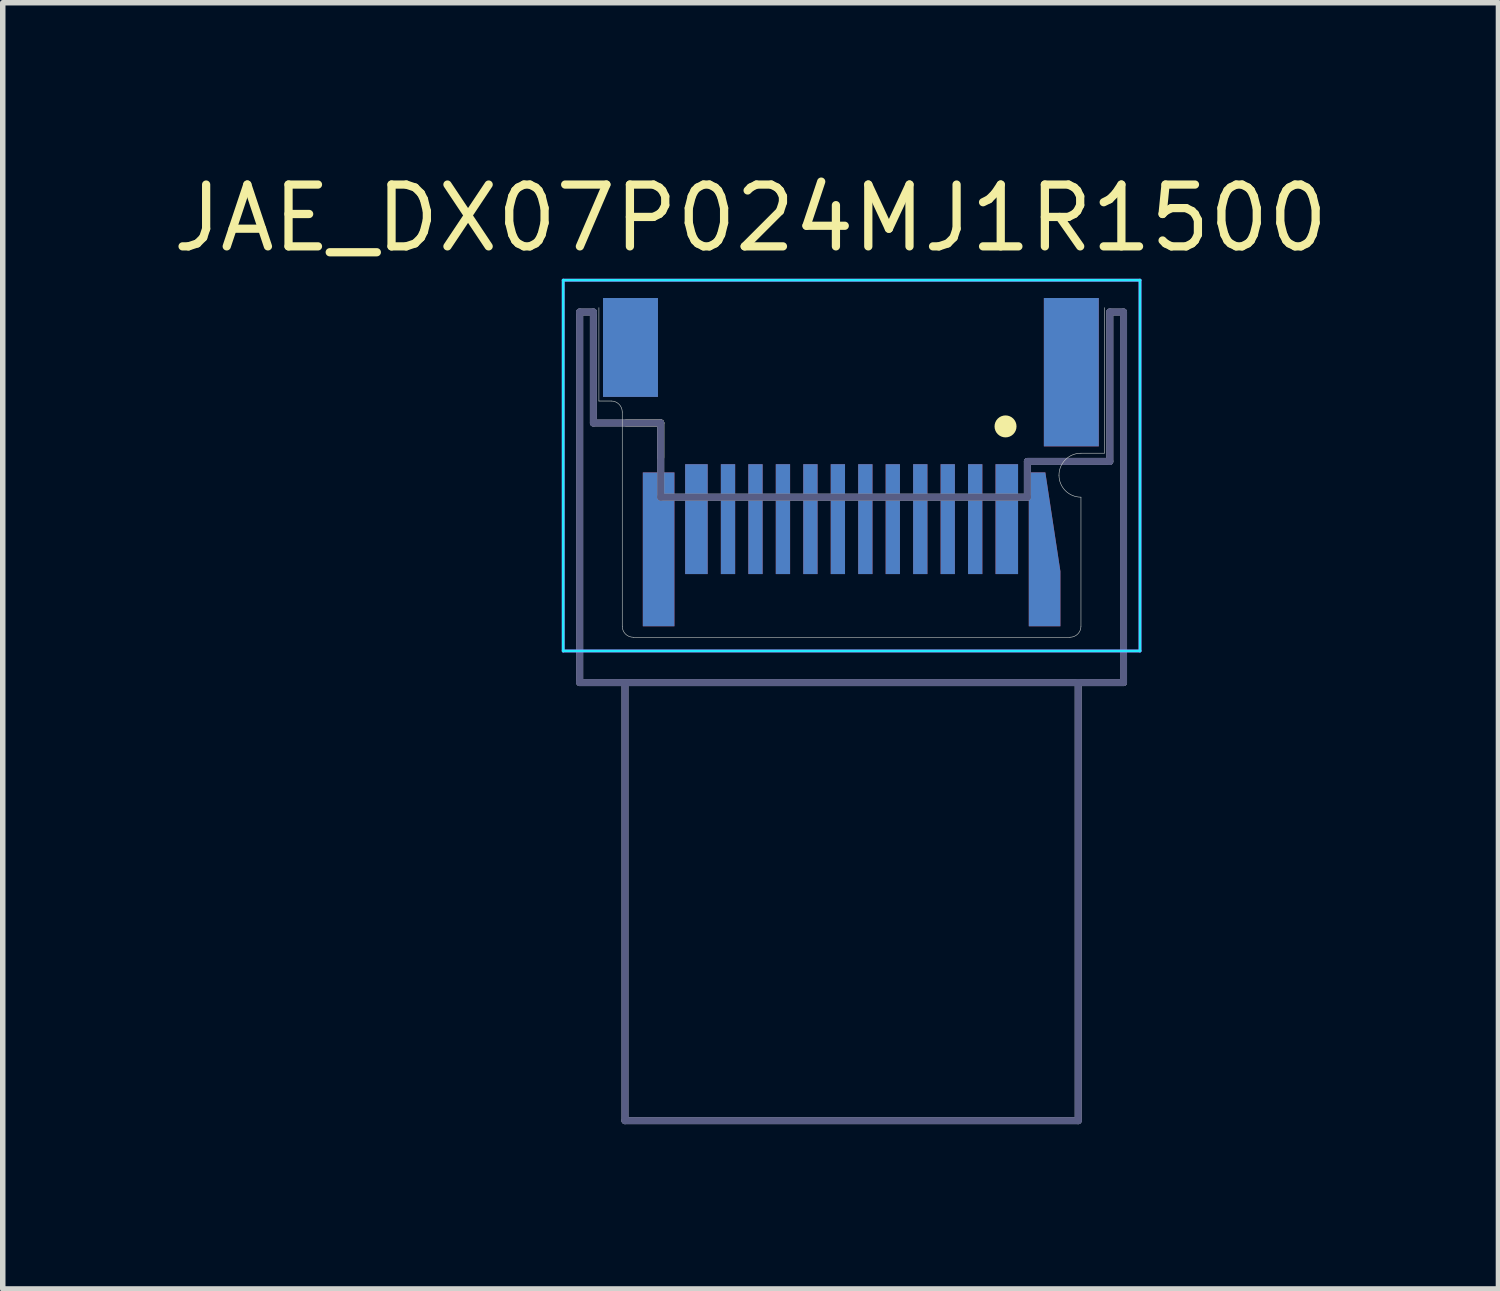
<source format=kicad_pcb>
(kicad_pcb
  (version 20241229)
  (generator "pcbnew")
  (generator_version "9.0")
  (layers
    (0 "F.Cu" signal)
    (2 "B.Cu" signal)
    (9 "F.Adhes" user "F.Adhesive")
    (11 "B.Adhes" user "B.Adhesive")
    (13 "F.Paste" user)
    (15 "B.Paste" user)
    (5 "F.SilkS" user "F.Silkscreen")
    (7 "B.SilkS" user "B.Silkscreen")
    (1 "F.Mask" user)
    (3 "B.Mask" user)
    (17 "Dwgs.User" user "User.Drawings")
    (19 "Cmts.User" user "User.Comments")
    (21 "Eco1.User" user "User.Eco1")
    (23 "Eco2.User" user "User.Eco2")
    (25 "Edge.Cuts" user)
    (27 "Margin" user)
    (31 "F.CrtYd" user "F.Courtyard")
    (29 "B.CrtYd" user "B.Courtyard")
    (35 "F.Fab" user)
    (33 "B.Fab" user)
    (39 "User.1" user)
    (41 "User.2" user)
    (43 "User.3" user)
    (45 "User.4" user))
  (footprint "JAE_DX07P024MJ1R1500"
    (layer "F.Cu")
    (at 12.452 8.55)
    (property "Reference" "JAE_DX07P024MJ1R1500" (at -1.839 -7.628 0) (layer "F.SilkS") (effects (font (size 1.125 1.125) (thickness 0.15))))
    (attr smd)
    (fp_poly (pts (xy 3.9 -1.3) (xy 3.9 -1.2) (xy 3.125 -1.2) (xy 3.125 -3.125) (xy 3.55 -3.125)) (stroke (width 0.001) (type solid)) (fill yes) (layer "F.Mask"))
    (fp_poly (pts (xy 3.9 -1.3) (xy 3.9 -1.2) (xy 3.125 -1.2) (xy 3.125 -3.125) (xy 3.55 -3.125)) (stroke (width 0.001) (type solid)) (fill yes) (layer "B.Mask"))
    (fp_line (start -4.1 -3.9) (end -3.475 -3.9) (stroke (width 0.127) (type solid)) (layer "F.SilkS"))
    (fp_line (start -3.475 -3.9) (end -3.475 -3.275) (stroke (width 0.127) (type solid)) (layer "F.SilkS"))
    (fp_circle (center 2.802 -3.838) (end 2.902 -3.838) (stroke (width 0.2) (type solid)) (fill no) (layer "F.SilkS"))
    (fp_poly (pts (xy 4.621 -1.443) (xy 4.62 -1.443) (xy 4.62 -1.442) (xy 4.621 -1.443)) (stroke (width 0.0001) (type solid)) (fill yes) (layer "F.Paste"))
    (fp_line (start -4.6 -6) (end -4.6 -4.3) (stroke (width 0.01) (type solid)) (layer "Edge.Cuts"))
    (fp_line (start -4.6 -4.3) (end -4.375 -4.3) (stroke (width 0.01) (type solid)) (layer "Edge.Cuts"))
    (fp_line (start -4.175 -4.1) (end -4.175 -0.2) (stroke (width 0.01) (type solid)) (layer "Edge.Cuts"))
    (fp_line (start -3.975 0) (end 3.975 0) (stroke (width 0.01) (type solid)) (layer "Edge.Cuts"))
    (fp_line (start 4.175 -3.35) (end 4.6 -3.35) (stroke (width 0.01) (type solid)) (layer "Edge.Cuts"))
    (fp_line (start 4.175 -0.2) (end 4.175 -2.55) (stroke (width 0.01) (type solid)) (layer "Edge.Cuts"))
    (fp_line (start 4.6 -3.35) (end 4.6 -6) (stroke (width 0.01) (type solid)) (layer "Edge.Cuts"))
    (fp_arc (start -4.375 -4.3) (mid -4.233579 -4.241421) (end -4.175 -4.1) (stroke (width 0.01) (type solid)) (layer "Edge.Cuts"))
    (fp_arc (start -3.975 0) (mid -4.116421 -0.058579) (end -4.175 -0.2) (stroke (width 0.01) (type solid)) (layer "Edge.Cuts"))
    (fp_arc (start 3.775 -2.95) (mid 3.892157 -3.232843) (end 4.175 -3.35) (stroke (width 0.01) (type solid)) (layer "Edge.Cuts"))
    (fp_arc (start 4.175 -2.55) (mid 3.892157 -2.667157) (end 3.775 -2.95) (stroke (width 0.01) (type solid)) (layer "Edge.Cuts"))
    (fp_arc (start 4.175 -0.2) (mid 4.116421 -0.058579) (end 3.975 0) (stroke (width 0.01) (type solid)) (layer "Edge.Cuts"))
    (fp_line (start -5.25 -6.5) (end 5.25 -6.5) (stroke (width 0.05) (type solid)) (layer "B.CrtYd"))
    (fp_line (start -5.25 0.25) (end -5.25 -6.5) (stroke (width 0.05) (type solid)) (layer "B.CrtYd"))
    (fp_line (start 5.25 -6.5) (end 5.25 0.25) (stroke (width 0.05) (type solid)) (layer "B.CrtYd"))
    (fp_line (start 5.25 0.25) (end -5.25 0.25) (stroke (width 0.05) (type solid)) (layer "B.CrtYd"))
    (fp_line (start -5.25 -6.5) (end 5.25 -6.5) (stroke (width 0.05) (type solid)) (layer "F.CrtYd"))
    (fp_line (start -5.25 0.25) (end -5.25 -6.5) (stroke (width 0.05) (type solid)) (layer "F.CrtYd"))
    (fp_line (start 5.25 -6.5) (end 5.25 0.25) (stroke (width 0.05) (type solid)) (layer "F.CrtYd"))
    (fp_line (start 5.25 0.25) (end -5.25 0.25) (stroke (width 0.05) (type solid)) (layer "F.CrtYd"))
    (fp_line (start -4.95 -5.92) (end -4.7 -5.92) (stroke (width 0.127) (type solid)) (layer "B.Fab"))
    (fp_line (start -4.95 0.825) (end -4.95 -5.92) (stroke (width 0.127) (type solid)) (layer "B.Fab"))
    (fp_line (start -4.7 -5.92) (end -4.7 -3.9) (stroke (width 0.127) (type solid)) (layer "B.Fab"))
    (fp_line (start -4.7 -3.9) (end -3.475 -3.9) (stroke (width 0.127) (type solid)) (layer "B.Fab"))
    (fp_line (start -4.125 0.9) (end -4.125 8.8) (stroke (width 0.127) (type solid)) (layer "B.Fab"))
    (fp_line (start -4.125 8.8) (end 4.125 8.8) (stroke (width 0.127) (type solid)) (layer "B.Fab"))
    (fp_line (start -3.475 -3.9) (end -3.475 -2.55) (stroke (width 0.127) (type solid)) (layer "B.Fab"))
    (fp_line (start -3.475 -2.55) (end 3.2 -2.55) (stroke (width 0.127) (type solid)) (layer "B.Fab"))
    (fp_line (start 3.2 -3.2) (end 4.7 -3.2) (stroke (width 0.127) (type solid)) (layer "B.Fab"))
    (fp_line (start 3.2 -2.55) (end 3.2 -3.2) (stroke (width 0.127) (type solid)) (layer "B.Fab"))
    (fp_line (start 4.125 0.825) (end -4.95 0.825) (stroke (width 0.127) (type solid)) (layer "B.Fab"))
    (fp_line (start 4.125 8.8) (end 4.125 0.825) (stroke (width 0.127) (type solid)) (layer "B.Fab"))
    (fp_line (start 4.7 -5.92) (end 4.95 -5.92) (stroke (width 0.127) (type solid)) (layer "B.Fab"))
    (fp_line (start 4.7 -3.2) (end 4.7 -5.92) (stroke (width 0.127) (type solid)) (layer "B.Fab"))
    (fp_line (start 4.95 -5.92) (end 4.95 0.825) (stroke (width 0.127) (type solid)) (layer "B.Fab"))
    (fp_line (start 4.95 0.825) (end 4.125 0.825) (stroke (width 0.127) (type solid)) (layer "B.Fab"))
    (fp_line (start -4.95 -5.92) (end -4.7 -5.92) (stroke (width 0.127) (type solid)) (layer "F.Fab"))
    (fp_line (start -4.95 0.825) (end -4.95 -5.92) (stroke (width 0.127) (type solid)) (layer "F.Fab"))
    (fp_line (start -4.7 -5.92) (end -4.7 -3.9) (stroke (width 0.127) (type solid)) (layer "F.Fab"))
    (fp_line (start -4.7 -3.9) (end -3.475 -3.9) (stroke (width 0.127) (type solid)) (layer "F.Fab"))
    (fp_line (start -4.125 0.9) (end -4.125 8.8) (stroke (width 0.127) (type solid)) (layer "F.Fab"))
    (fp_line (start -4.125 8.8) (end 4.125 8.8) (stroke (width 0.127) (type solid)) (layer "F.Fab"))
    (fp_line (start -3.475 -3.9) (end -3.475 -2.55) (stroke (width 0.127) (type solid)) (layer "F.Fab"))
    (fp_line (start -3.475 -2.55) (end 3.2 -2.55) (stroke (width 0.127) (type solid)) (layer "F.Fab"))
    (fp_line (start 3.2 -3.2) (end 4.7 -3.2) (stroke (width 0.127) (type solid)) (layer "F.Fab"))
    (fp_line (start 3.2 -2.55) (end 3.2 -3.2) (stroke (width 0.127) (type solid)) (layer "F.Fab"))
    (fp_line (start 4.125 0.825) (end -4.95 0.825) (stroke (width 0.127) (type solid)) (layer "F.Fab"))
    (fp_line (start 4.125 8.8) (end 4.125 0.825) (stroke (width 0.127) (type solid)) (layer "F.Fab"))
    (fp_line (start 4.7 -5.92) (end 4.95 -5.92) (stroke (width 0.127) (type solid)) (layer "F.Fab"))
    (fp_line (start 4.7 -3.2) (end 4.7 -5.92) (stroke (width 0.127) (type solid)) (layer "F.Fab"))
    (fp_line (start 4.95 -5.92) (end 4.95 0.825) (stroke (width 0.127) (type solid)) (layer "F.Fab"))
    (fp_line (start 4.95 0.825) (end 4.125 0.825) (stroke (width 0.127) (type solid)) (layer "F.Fab"))
    (pad "A1" smd rect (at 2.825 -2.15) (size 0.41 2) (layers "F.Cu" "F.Mask" "F.Paste"))
    (pad "A2" smd rect (at 2.25 -2.15) (size 0.26 2) (layers "F.Cu" "F.Mask" "F.Paste"))
    (pad "A3" smd rect (at 1.75 -2.15) (size 0.26 2) (layers "F.Cu" "F.Mask" "F.Paste"))
    (pad "A4" smd rect (at 1.25 -2.15) (size 0.26 2) (layers "F.Cu" "F.Mask" "F.Paste"))
    (pad "A5" smd rect (at 0.75 -2.15) (size 0.26 2) (layers "F.Cu" "F.Mask" "F.Paste"))
    (pad "A6" smd rect (at 0.25 -2.15) (size 0.26 2) (layers "F.Cu" "F.Mask" "F.Paste"))
    (pad "A7" smd rect (at -0.25 -2.15) (size 0.26 2) (layers "F.Cu" "F.Mask" "F.Paste"))
    (pad "A8" smd rect (at -0.75 -2.15) (size 0.26 2) (layers "F.Cu" "F.Mask" "F.Paste"))
    (pad "A9" smd rect (at -1.25 -2.15) (size 0.26 2) (layers "F.Cu" "F.Mask" "F.Paste"))
    (pad "A10" smd rect (at -1.75 -2.15) (size 0.26 2) (layers "F.Cu" "F.Mask" "F.Paste"))
    (pad "A11" smd rect (at -2.25 -2.15) (size 0.26 2) (layers "F.Cu" "F.Mask" "F.Paste"))
    (pad "A12" smd rect (at -2.825 -2.15) (size 0.41 2) (layers "F.Cu" "F.Mask" "F.Paste"))
    (pad "B1" smd rect (at -2.825 -2.15) (size 0.41 2) (layers "B.Cu" "B.Mask" "B.Paste"))
    (pad "B2" smd rect (at -2.25 -2.15) (size 0.26 2) (layers "B.Cu" "B.Mask" "B.Paste"))
    (pad "B3" smd rect (at -1.75 -2.15) (size 0.26 2) (layers "B.Cu" "B.Mask" "B.Paste"))
    (pad "B4" smd rect (at -1.25 -2.15) (size 0.26 2) (layers "B.Cu" "B.Mask" "B.Paste"))
    (pad "B5" smd rect (at -0.75 -2.15) (size 0.26 2) (layers "B.Cu" "B.Mask" "B.Paste"))
    (pad "B6" smd rect (at -0.25 -2.15) (size 0.26 2) (layers "B.Cu" "B.Mask" "B.Paste"))
    (pad "B7" smd rect (at 0.25 -2.15) (size 0.26 2) (layers "B.Cu" "B.Mask" "B.Paste"))
    (pad "B8" smd rect (at 0.75 -2.15) (size 0.26 2) (layers "B.Cu" "B.Mask" "B.Paste"))
    (pad "B9" smd rect (at 1.25 -2.15) (size 0.26 2) (layers "B.Cu" "B.Mask" "B.Paste"))
    (pad "B10" smd rect (at 1.75 -2.15) (size 0.26 2) (layers "B.Cu" "B.Mask" "B.Paste"))
    (pad "B11" smd rect (at 2.25 -2.15) (size 0.26 2) (layers "B.Cu" "B.Mask" "B.Paste"))
    (pad "B12" smd rect (at 2.825 -2.15) (size 0.41 2) (layers "B.Cu" "B.Mask" "B.Paste"))
    (pad "S1" smd rect (at -3.513 -1.6) (size 0.575 2.8) (layers "F.Cu" "F.Mask"))
    (pad "S2" smd custom (at 3.513 -0.7) (size 0.575 1) (layers "F.Cu" "F.Mask") (options (anchor rect)) (primitives (gr_poly (pts (xy -0.287 0.25) (xy -0.287 -2.3) (xy 0.013 -2.3) (xy 0.287 -0.5) (xy 0.287 0.25)) (width 0.001) (fill yes))))
    (pad "S3" smd rect (at -4.025 -5.275) (size 1 1.8) (layers "F.Cu" "F.Mask" "F.Paste"))
    (pad "S4" smd rect (at 4 -4.825) (size 1 2.7) (layers "F.Cu" "F.Mask" "F.Paste"))
    (pad "S5" smd rect (at 4 -4.825) (size 1 2.7) (layers "B.Cu" "B.Mask" "B.Paste"))
    (pad "S6" smd rect (at -4.025 -5.275) (size 1 1.8) (layers "B.Cu" "B.Mask" "B.Paste"))
    (pad "S7" smd rect (at -3.513 -1.6) (size 0.575 2.8) (layers "B.Cu" "B.Mask"))
    (pad "S8" smd custom (at 3.513 -0.7) (size 0.575 1) (layers "B.Cu" "B.Mask") (options (anchor rect)) (primitives (gr_poly (pts (xy -0.287 0.25) (xy -0.287 -2.3) (xy 0.013 -2.3) (xy 0.287 -0.5) (xy 0.287 0.25)) (width 0.001) (fill yes)))))
  (gr_rect
    (start -3 -3)
    (end 24.227 20.413)
    (stroke (width 0.1) (type default))
    (fill no)
    (layer "Edge.Cuts")))
</source>
